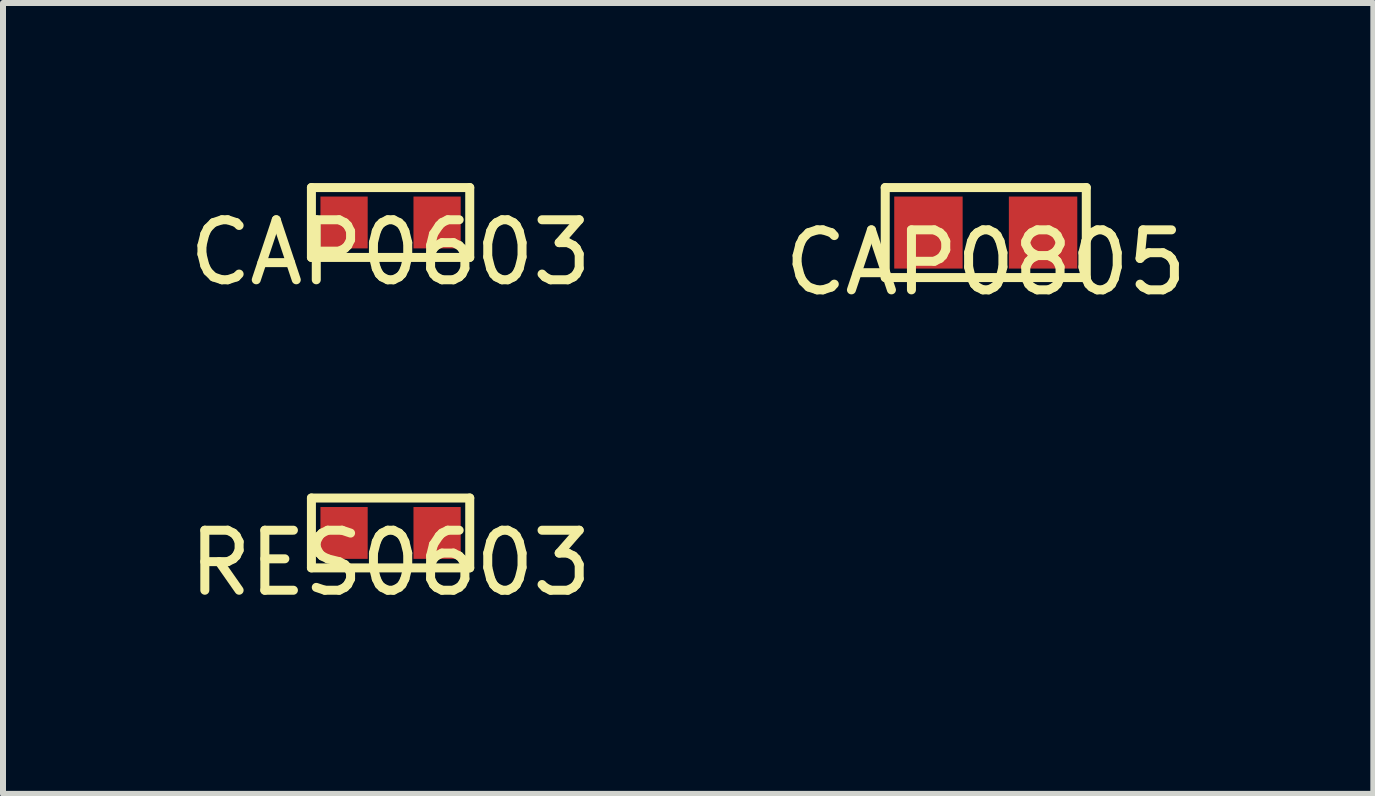
<source format=kicad_pcb>
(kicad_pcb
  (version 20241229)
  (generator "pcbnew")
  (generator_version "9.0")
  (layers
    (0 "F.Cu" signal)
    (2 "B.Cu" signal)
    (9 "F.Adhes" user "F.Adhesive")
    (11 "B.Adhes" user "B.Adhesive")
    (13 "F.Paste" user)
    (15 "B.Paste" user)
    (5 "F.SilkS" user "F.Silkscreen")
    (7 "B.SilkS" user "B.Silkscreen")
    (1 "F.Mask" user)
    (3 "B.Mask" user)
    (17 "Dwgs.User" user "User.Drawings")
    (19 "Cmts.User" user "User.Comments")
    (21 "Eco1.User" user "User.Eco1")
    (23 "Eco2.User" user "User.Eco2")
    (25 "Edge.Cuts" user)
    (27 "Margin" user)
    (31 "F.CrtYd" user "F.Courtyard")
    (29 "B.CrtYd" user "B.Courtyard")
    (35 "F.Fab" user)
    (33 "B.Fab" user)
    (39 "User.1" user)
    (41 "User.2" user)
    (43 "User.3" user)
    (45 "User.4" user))
  (footprint "CAP0805"
    (layer "F.Cu")
    (at 13.375 0.825)
    (property "Reference" "CAP0805" (at 0 0.5 0) (layer "F.SilkS") (effects (font (size 1 1) (thickness 0.15))))
    (attr through_hole)
    (fp_line (start -1.675 -0.75) (end -1.675 0.75) (stroke (width 0.15) (type solid)) (layer "F.SilkS"))
    (fp_line (start -1.675 -0.75) (end 1.675 -0.75) (stroke (width 0.15) (type solid)) (layer "F.SilkS"))
    (fp_line (start -1.675 0.75) (end 1.675 0.75) (stroke (width 0.15) (type solid)) (layer "F.SilkS"))
    (fp_line (start 1.675 -0.75) (end 1.675 0.75) (stroke (width 0.15) (type solid)) (layer "F.SilkS"))
    (pad "1" smd rect (at -0.955 0) (size 1.14 1.2) (layers "F.Cu" "F.Mask" "F.Paste"))
    (pad "2" smd rect (at 0.955 0) (size 1.14 1.2) (layers "F.Cu" "F.Mask" "F.Paste")))
  (footprint "RES0603"
    (layer "F.Cu")
    (at 3.458 5.83)
    (property "Reference" "RES0603" (at 0 0.5 0) (layer "F.SilkS") (effects (font (size 1 1) (thickness 0.15))))
    (attr through_hole)
    (fp_line (start -1.319 -0.582) (end -1.319 0.582) (stroke (width 0.15) (type solid)) (layer "F.SilkS"))
    (fp_line (start -1.319 -0.582) (end 1.319 -0.582) (stroke (width 0.15) (type solid)) (layer "F.SilkS"))
    (fp_line (start -1.319 0.582) (end 1.319 0.582) (stroke (width 0.15) (type solid)) (layer "F.SilkS"))
    (fp_line (start 1.319 -0.582) (end 1.319 0.582) (stroke (width 0.15) (type solid)) (layer "F.SilkS"))
    (pad "1" smd rect (at -0.775 0) (size 0.787 0.864) (layers "F.Cu" "F.Mask" "F.Paste"))
    (pad "2" smd rect (at 0.775 0) (size 0.787 0.864) (layers "F.Cu" "F.Mask" "F.Paste")))
  (footprint "CAP0603"
    (layer "F.Cu")
    (at 3.458 0.657)
    (property "Reference" "CAP0603" (at 0 0.5 0) (layer "F.SilkS") (effects (font (size 1 1) (thickness 0.15))))
    (attr through_hole)
    (fp_line (start -1.319 -0.582) (end -1.319 0.582) (stroke (width 0.15) (type solid)) (layer "F.SilkS"))
    (fp_line (start -1.319 -0.582) (end 1.319 -0.582) (stroke (width 0.15) (type solid)) (layer "F.SilkS"))
    (fp_line (start -1.319 0.582) (end 1.319 0.582) (stroke (width 0.15) (type solid)) (layer "F.SilkS"))
    (fp_line (start 1.319 -0.582) (end 1.319 0.582) (stroke (width 0.15) (type solid)) (layer "F.SilkS"))
    (pad "1" smd rect (at -0.775 0) (size 0.787 0.864) (layers "F.Cu" "F.Mask" "F.Paste"))
    (pad "2" smd rect (at 0.775 0) (size 0.787 0.864) (layers "F.Cu" "F.Mask" "F.Paste")))
  (gr_rect
    (start -3 -3)
    (end 19.833 10.178)
    (stroke (width 0.1) (type default))
    (fill no)
    (layer "Edge.Cuts")))
</source>
